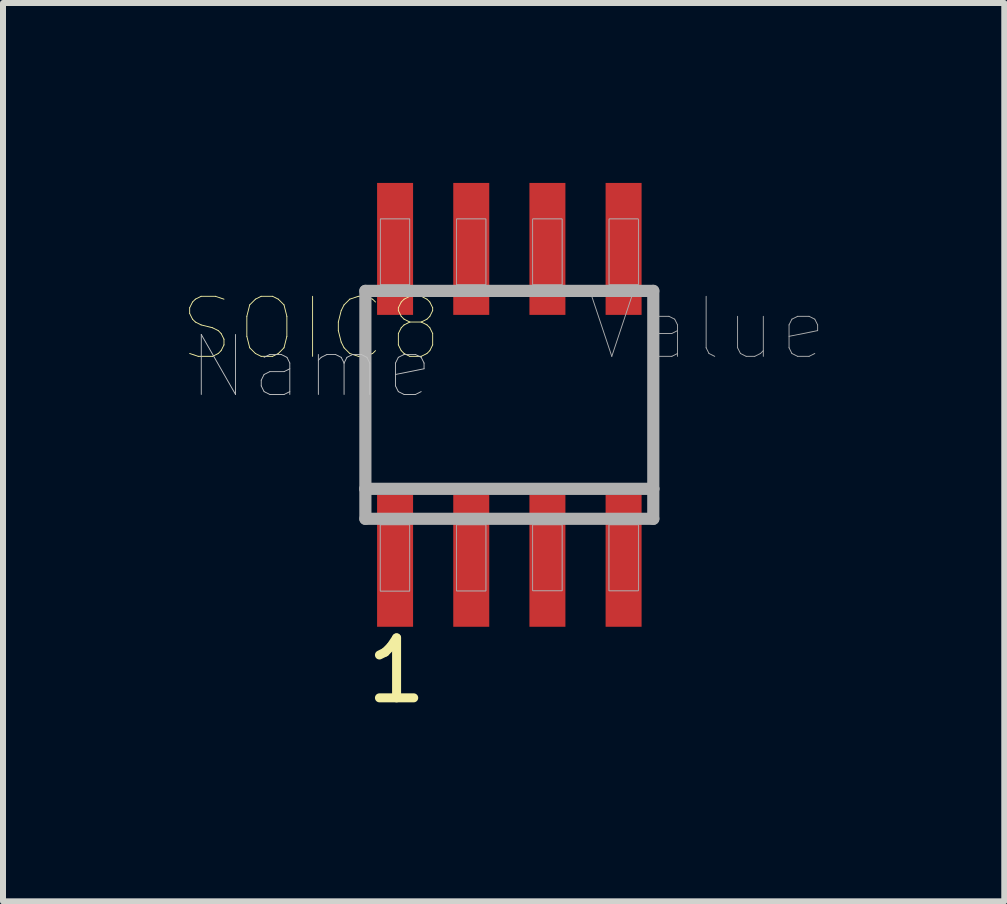
<source format=kicad_pcb>
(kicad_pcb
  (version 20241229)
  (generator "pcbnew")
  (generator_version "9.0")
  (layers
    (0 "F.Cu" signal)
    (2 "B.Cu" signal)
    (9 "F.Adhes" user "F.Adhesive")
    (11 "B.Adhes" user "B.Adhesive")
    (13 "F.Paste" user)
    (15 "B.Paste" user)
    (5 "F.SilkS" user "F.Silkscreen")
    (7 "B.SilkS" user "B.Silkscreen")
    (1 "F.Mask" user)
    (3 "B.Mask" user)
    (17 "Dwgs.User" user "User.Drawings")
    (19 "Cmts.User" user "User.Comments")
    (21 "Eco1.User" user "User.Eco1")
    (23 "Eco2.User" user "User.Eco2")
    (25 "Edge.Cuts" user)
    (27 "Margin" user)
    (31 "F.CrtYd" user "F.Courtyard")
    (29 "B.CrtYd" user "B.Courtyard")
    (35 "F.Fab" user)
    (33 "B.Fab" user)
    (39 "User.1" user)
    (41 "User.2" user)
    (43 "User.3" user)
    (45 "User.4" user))
  (footprint "SOIC8"
    (layer "F.Cu")
    (at 5.442 3.7)
    (property "Reference" "SOIC8" (at -3.304 -1.271 180) (layer "F.SilkS") (effects (font (size 1.001 1.001) (thickness 0.015))))
    (attr through_hole)
    (fp_line (start -2.4 -1.9) (end 2.4 -1.9) (stroke (width 0.203) (type solid)) (layer "F.Fab"))
    (fp_line (start -2.4 1.4) (end -2.4 -1.9) (stroke (width 0.203) (type solid)) (layer "F.Fab"))
    (fp_line (start -2.4 1.9) (end -2.4 1.4) (stroke (width 0.203) (type solid)) (layer "F.Fab"))
    (fp_line (start 2.4 -1.9) (end 2.4 1.4) (stroke (width 0.203) (type solid)) (layer "F.Fab"))
    (fp_line (start 2.4 1.4) (end -2.4 1.4) (stroke (width 0.203) (type solid)) (layer "F.Fab"))
    (fp_line (start 2.4 1.4) (end 2.4 1.9) (stroke (width 0.203) (type solid)) (layer "F.Fab"))
    (fp_line (start 2.4 1.9) (end -2.4 1.9) (stroke (width 0.203) (type solid)) (layer "F.Fab"))
    (fp_poly (pts (xy -2.154 2) (xy -1.66 2) (xy -1.66 3.106) (xy -2.154 3.106)) (stroke (width 0.01) (type solid)) (fill no) (layer "F.Fab"))
    (fp_poly (pts (xy -2.153 -3.1) (xy -1.66 -3.1) (xy -1.66 -2.003) (xy -2.153 -2.003)) (stroke (width 0.01) (type solid)) (fill no) (layer "F.Fab"))
    (fp_poly (pts (xy -2.153 2) (xy -1.66 2) (xy -1.66 3.104) (xy -2.153 3.104)) (stroke (width 0.01) (type solid)) (fill no) (layer "F.Fab"))
    (fp_poly (pts (xy -2.151 -3.1) (xy -1.66 -3.1) (xy -1.66 -2.001) (xy -2.151 -2.001)) (stroke (width 0.01) (type solid)) (fill no) (layer "F.Fab"))
    (fp_poly (pts (xy -0.881 -3.1) (xy -0.39 -3.1) (xy -0.39 -2.003) (xy -0.881 -2.003)) (stroke (width 0.01) (type solid)) (fill no) (layer "F.Fab"))
    (fp_poly (pts (xy -0.881 2) (xy -0.39 2) (xy -0.39 3.104) (xy -0.881 3.104)) (stroke (width 0.01) (type solid)) (fill no) (layer "F.Fab"))
    (fp_poly (pts (xy -0.88 -3.1) (xy -0.39 -3.1) (xy -0.39 -2.001) (xy -0.88 -2.001)) (stroke (width 0.01) (type solid)) (fill no) (layer "F.Fab"))
    (fp_poly (pts (xy -0.88 2) (xy -0.39 2) (xy -0.39 3.102) (xy -0.88 3.102)) (stroke (width 0.01) (type solid)) (fill no) (layer "F.Fab"))
    (fp_poly (pts (xy 0.39 2) (xy 0.88 2) (xy 0.88 3.101) (xy 0.39 3.101)) (stroke (width 0.01) (type solid)) (fill no) (layer "F.Fab"))
    (fp_poly (pts (xy 0.39 2) (xy 0.88 2) (xy 0.88 3.101) (xy 0.39 3.101)) (stroke (width 0.01) (type solid)) (fill no) (layer "F.Fab"))
    (fp_poly (pts (xy 0.39 -3.1) (xy 0.88 -3.1) (xy 0.88 -2.001) (xy 0.39 -2.001)) (stroke (width 0.01) (type solid)) (fill no) (layer "F.Fab"))
    (fp_poly (pts (xy 0.39 -3.1) (xy 0.88 -3.1) (xy 0.88 -2.002) (xy 0.39 -2.002)) (stroke (width 0.01) (type solid)) (fill no) (layer "F.Fab"))
    (fp_poly (pts (xy 1.661 2) (xy 2.15 2) (xy 2.15 3.101) (xy 1.661 3.101)) (stroke (width 0.01) (type solid)) (fill no) (layer "F.Fab"))
    (fp_poly (pts (xy 1.661 -3.1) (xy 2.15 -3.1) (xy 2.15 -2.001) (xy 1.661 -2.001)) (stroke (width 0.01) (type solid)) (fill no) (layer "F.Fab"))
    (fp_poly (pts (xy 1.661 2) (xy 2.15 2) (xy 2.15 3.102) (xy 1.661 3.102)) (stroke (width 0.01) (type solid)) (fill no) (layer "F.Fab"))
    (fp_poly (pts (xy 1.663 -3.1) (xy 2.15 -3.1) (xy 2.15 -2.004) (xy 1.663 -2.004)) (stroke (width 0.01) (type solid)) (fill no) (layer "F.Fab"))
    (fp_text user "1" (at -1.88 4.43 0) (layer "F.SilkS") (effects (font (size 1 1) (thickness 0.15))))
    (fp_text user "Name" (at -3.303 -0.635 180) (layer "Dwgs.User") (effects (font (size 1 1) (thickness 0.015))))
    (fp_text user "Value" (at 3.305 -1.271 180) (layer "F.Fab") (effects (font (size 1.001 1.001) (thickness 0.015))))
    (pad "1" smd rect (at -1.905 2.6) (size 0.6 2.2) (layers "F.Cu" "F.Mask" "F.Paste"))
    (pad "2" smd rect (at -0.635 2.6) (size 0.6 2.2) (layers "F.Cu" "F.Mask" "F.Paste"))
    (pad "3" smd rect (at 0.635 2.6) (size 0.6 2.2) (layers "F.Cu" "F.Mask" "F.Paste"))
    (pad "4" smd rect (at 1.905 2.6) (size 0.6 2.2) (layers "F.Cu" "F.Mask" "F.Paste"))
    (pad "5" smd rect (at 1.905 -2.6) (size 0.6 2.2) (layers "F.Cu" "F.Mask" "F.Paste"))
    (pad "6" smd rect (at 0.635 -2.6) (size 0.6 2.2) (layers "F.Cu" "F.Mask" "F.Paste"))
    (pad "7" smd rect (at -0.635 -2.6) (size 0.6 2.2) (layers "F.Cu" "F.Mask" "F.Paste"))
    (pad "8" smd rect (at -1.905 -2.6) (size 0.6 2.2) (layers "F.Cu" "F.Mask" "F.Paste")))
  (gr_rect
    (start -3 -3)
    (end 13.694 11.978)
    (stroke (width 0.1) (type default))
    (fill no)
    (layer "Edge.Cuts")))
</source>
